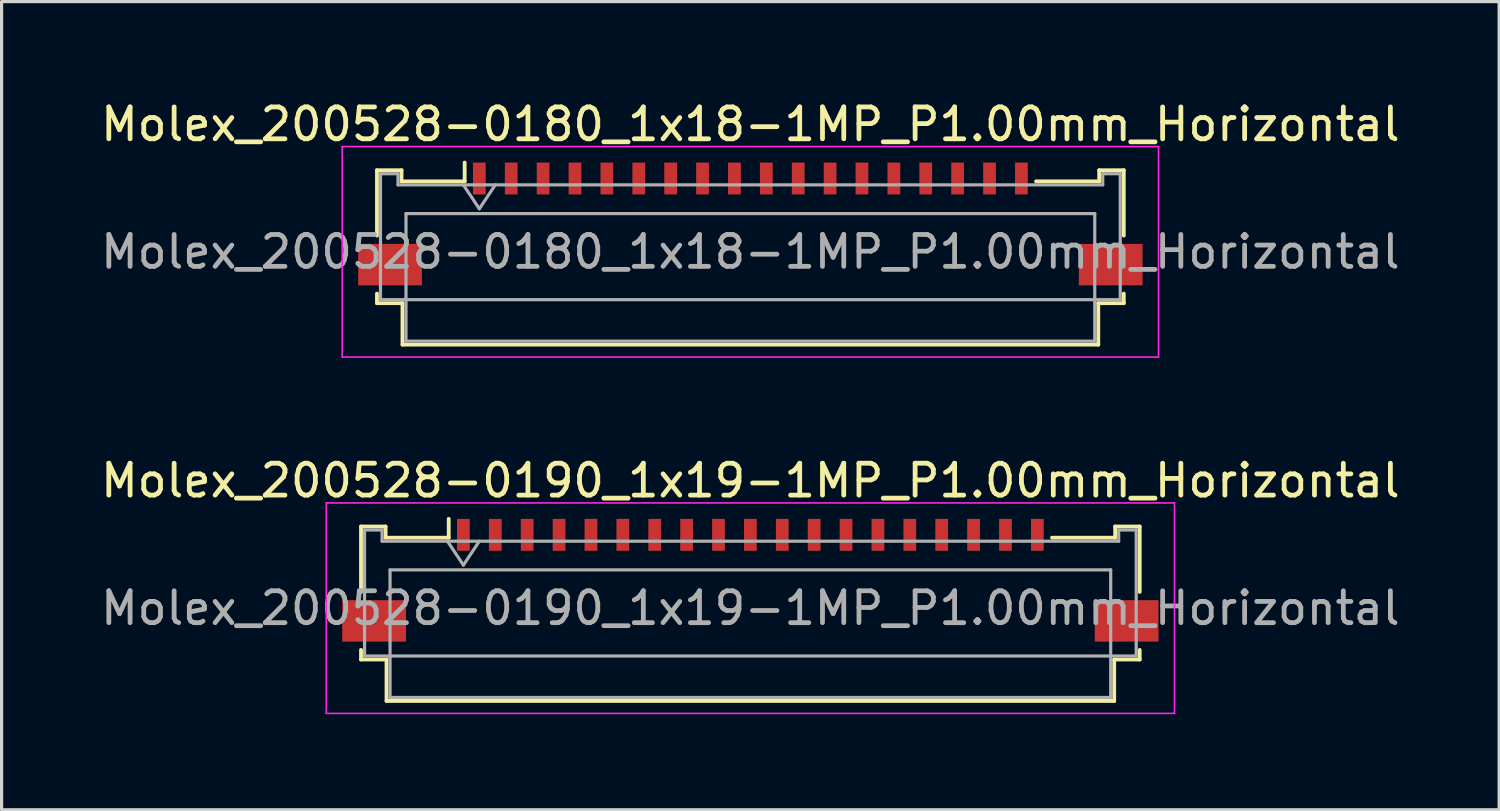
<source format=kicad_pcb>
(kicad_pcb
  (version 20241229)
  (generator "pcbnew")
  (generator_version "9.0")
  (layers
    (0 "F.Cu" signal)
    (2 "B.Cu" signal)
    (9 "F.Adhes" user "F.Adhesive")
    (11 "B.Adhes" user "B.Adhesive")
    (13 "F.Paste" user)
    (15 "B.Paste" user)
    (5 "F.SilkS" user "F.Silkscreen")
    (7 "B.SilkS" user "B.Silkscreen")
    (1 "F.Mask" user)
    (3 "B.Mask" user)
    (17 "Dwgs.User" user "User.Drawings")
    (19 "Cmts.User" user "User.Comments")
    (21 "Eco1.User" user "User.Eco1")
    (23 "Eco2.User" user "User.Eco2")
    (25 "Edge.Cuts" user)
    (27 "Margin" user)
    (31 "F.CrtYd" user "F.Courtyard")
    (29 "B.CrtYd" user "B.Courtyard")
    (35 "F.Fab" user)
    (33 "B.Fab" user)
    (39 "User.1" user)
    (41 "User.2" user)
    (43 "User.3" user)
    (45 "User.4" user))
  (footprint "Molex_200528-0190_1x19-1MP_P1.00mm_Horizontal"
    (layer "F.Cu")
    (at 20.482 14.632)
    (property "Reference" "Molex_200528-0190_1x19-1MP_P1.00mm_Horizontal" (at 0 -2.61 0) (layer "F.SilkS") (effects (font (size 1 1) (thickness 0.15))))
    (attr smd)
    (fp_line (start -12.21 -1.17) (end -12.21 0.88) (stroke (width 0.12) (type solid)) (layer "F.SilkS"))
    (fp_line (start -12.21 2.7) (end -12.21 3) (stroke (width 0.12) (type solid)) (layer "F.SilkS"))
    (fp_line (start -12.21 3) (end -11.41 3) (stroke (width 0.12) (type solid)) (layer "F.SilkS"))
    (fp_line (start -11.44 -1.17) (end -12.21 -1.17) (stroke (width 0.12) (type solid)) (layer "F.SilkS"))
    (fp_line (start -11.44 -0.82) (end -11.44 -1.17) (stroke (width 0.12) (type solid)) (layer "F.SilkS"))
    (fp_line (start -11.41 3) (end -11.41 4.3) (stroke (width 0.12) (type solid)) (layer "F.SilkS"))
    (fp_line (start -11.41 4.3) (end 11.41 4.3) (stroke (width 0.12) (type solid)) (layer "F.SilkS"))
    (fp_line (start -9.46 -1.41) (end -9.46 -0.82) (stroke (width 0.12) (type solid)) (layer "F.SilkS"))
    (fp_line (start -9.46 -0.82) (end -11.44 -0.82) (stroke (width 0.12) (type solid)) (layer "F.SilkS"))
    (fp_line (start 11.41 3) (end 12.21 3) (stroke (width 0.12) (type solid)) (layer "F.SilkS"))
    (fp_line (start 11.41 4.3) (end 11.41 3) (stroke (width 0.12) (type solid)) (layer "F.SilkS"))
    (fp_line (start 11.44 -1.17) (end 11.44 -0.82) (stroke (width 0.12) (type solid)) (layer "F.SilkS"))
    (fp_line (start 11.44 -0.82) (end 9.46 -0.82) (stroke (width 0.12) (type solid)) (layer "F.SilkS"))
    (fp_line (start 12.21 -1.17) (end 11.44 -1.17) (stroke (width 0.12) (type solid)) (layer "F.SilkS"))
    (fp_line (start 12.21 0.88) (end 12.21 -1.17) (stroke (width 0.12) (type solid)) (layer "F.SilkS"))
    (fp_line (start 12.21 3) (end 12.21 2.7) (stroke (width 0.12) (type solid)) (layer "F.SilkS"))
    (fp_line (start -13.3 -1.91) (end -13.3 4.69) (stroke (width 0.05) (type solid)) (layer "F.CrtYd"))
    (fp_line (start -13.3 4.69) (end 13.3 4.69) (stroke (width 0.05) (type solid)) (layer "F.CrtYd"))
    (fp_line (start 13.3 -1.91) (end -13.3 -1.91) (stroke (width 0.05) (type solid)) (layer "F.CrtYd"))
    (fp_line (start 13.3 4.69) (end 13.3 -1.91) (stroke (width 0.05) (type solid)) (layer "F.CrtYd"))
    (fp_line (start -12.1 -1.06) (end -12.1 2.89) (stroke (width 0.1) (type solid)) (layer "F.Fab"))
    (fp_line (start -12.1 2.89) (end 12.1 2.89) (stroke (width 0.1) (type solid)) (layer "F.Fab"))
    (fp_line (start -11.55 -1.06) (end -12.1 -1.06) (stroke (width 0.1) (type solid)) (layer "F.Fab"))
    (fp_line (start -11.55 -0.71) (end -11.55 -1.06) (stroke (width 0.1) (type solid)) (layer "F.Fab"))
    (fp_line (start -11.3 0.19) (end -11.3 4.19) (stroke (width 0.1) (type solid)) (layer "F.Fab"))
    (fp_line (start -11.3 4.19) (end 11.3 4.19) (stroke (width 0.1) (type solid)) (layer "F.Fab"))
    (fp_line (start -9.5 -0.71) (end -9 0.04) (stroke (width 0.1) (type solid)) (layer "F.Fab"))
    (fp_line (start -9 0.04) (end -8.5 -0.71) (stroke (width 0.1) (type solid)) (layer "F.Fab"))
    (fp_line (start 11.3 0.19) (end -11.3 0.19) (stroke (width 0.1) (type solid)) (layer "F.Fab"))
    (fp_line (start 11.3 4.19) (end 11.3 0.19) (stroke (width 0.1) (type solid)) (layer "F.Fab"))
    (fp_line (start 11.55 -1.06) (end 11.55 -0.71) (stroke (width 0.1) (type solid)) (layer "F.Fab"))
    (fp_line (start 11.55 -0.71) (end -11.55 -0.71) (stroke (width 0.1) (type solid)) (layer "F.Fab"))
    (fp_line (start 12.1 -1.06) (end 11.55 -1.06) (stroke (width 0.1) (type solid)) (layer "F.Fab"))
    (fp_line (start 12.1 2.89) (end 12.1 -1.06) (stroke (width 0.1) (type solid)) (layer "F.Fab"))
    (fp_text user "${REFERENCE}" (at 0 1.39 0) (layer "F.Fab") (effects (font (size 1 1) (thickness 0.15))))
    (pad "1" smd rect (at -9 -0.91) (size 0.4 1) (layers "F.Cu" "F.Mask" "F.Paste"))
    (pad "2" smd rect (at -8 -0.91) (size 0.4 1) (layers "F.Cu" "F.Mask" "F.Paste"))
    (pad "3" smd rect (at -7 -0.91) (size 0.4 1) (layers "F.Cu" "F.Mask" "F.Paste"))
    (pad "4" smd rect (at -6 -0.91) (size 0.4 1) (layers "F.Cu" "F.Mask" "F.Paste"))
    (pad "5" smd rect (at -5 -0.91) (size 0.4 1) (layers "F.Cu" "F.Mask" "F.Paste"))
    (pad "6" smd rect (at -4 -0.91) (size 0.4 1) (layers "F.Cu" "F.Mask" "F.Paste"))
    (pad "7" smd rect (at -3 -0.91) (size 0.4 1) (layers "F.Cu" "F.Mask" "F.Paste"))
    (pad "8" smd rect (at -2 -0.91) (size 0.4 1) (layers "F.Cu" "F.Mask" "F.Paste"))
    (pad "9" smd rect (at -1 -0.91) (size 0.4 1) (layers "F.Cu" "F.Mask" "F.Paste"))
    (pad "10" smd rect (at 0 -0.91) (size 0.4 1) (layers "F.Cu" "F.Mask" "F.Paste"))
    (pad "11" smd rect (at 1 -0.91) (size 0.4 1) (layers "F.Cu" "F.Mask" "F.Paste"))
    (pad "12" smd rect (at 2 -0.91) (size 0.4 1) (layers "F.Cu" "F.Mask" "F.Paste"))
    (pad "13" smd rect (at 3 -0.91) (size 0.4 1) (layers "F.Cu" "F.Mask" "F.Paste"))
    (pad "14" smd rect (at 4 -0.91) (size 0.4 1) (layers "F.Cu" "F.Mask" "F.Paste"))
    (pad "15" smd rect (at 5 -0.91) (size 0.4 1) (layers "F.Cu" "F.Mask" "F.Paste"))
    (pad "16" smd rect (at 6 -0.91) (size 0.4 1) (layers "F.Cu" "F.Mask" "F.Paste"))
    (pad "17" smd rect (at 7 -0.91) (size 0.4 1) (layers "F.Cu" "F.Mask" "F.Paste"))
    (pad "18" smd rect (at 8 -0.91) (size 0.4 1) (layers "F.Cu" "F.Mask" "F.Paste"))
    (pad "19" smd rect (at 9 -0.91) (size 0.4 1) (layers "F.Cu" "F.Mask" "F.Paste"))
    (pad "MP" smd rect (at -11.8 1.79) (size 2 1.3) (layers "F.Cu" "F.Mask" "F.Paste"))
    (pad "MP" smd rect (at 11.8 1.79) (size 2 1.3) (layers "F.Cu" "F.Mask" "F.Paste")))
  (footprint "Molex_200528-0180_1x18-1MP_P1.00mm_Horizontal"
    (layer "F.Cu")
    (at 20.482 3.458)
    (property "Reference" "Molex_200528-0180_1x18-1MP_P1.00mm_Horizontal" (at 0 -2.61 0) (layer "F.SilkS") (effects (font (size 1 1) (thickness 0.15))))
    (attr smd)
    (fp_line (start -11.71 -1.17) (end -11.71 0.88) (stroke (width 0.12) (type solid)) (layer "F.SilkS"))
    (fp_line (start -11.71 2.7) (end -11.71 3) (stroke (width 0.12) (type solid)) (layer "F.SilkS"))
    (fp_line (start -11.71 3) (end -10.91 3) (stroke (width 0.12) (type solid)) (layer "F.SilkS"))
    (fp_line (start -10.94 -1.17) (end -11.71 -1.17) (stroke (width 0.12) (type solid)) (layer "F.SilkS"))
    (fp_line (start -10.94 -0.82) (end -10.94 -1.17) (stroke (width 0.12) (type solid)) (layer "F.SilkS"))
    (fp_line (start -10.91 3) (end -10.91 4.3) (stroke (width 0.12) (type solid)) (layer "F.SilkS"))
    (fp_line (start -10.91 4.3) (end 10.91 4.3) (stroke (width 0.12) (type solid)) (layer "F.SilkS"))
    (fp_line (start -8.96 -1.41) (end -8.96 -0.82) (stroke (width 0.12) (type solid)) (layer "F.SilkS"))
    (fp_line (start -8.96 -0.82) (end -10.94 -0.82) (stroke (width 0.12) (type solid)) (layer "F.SilkS"))
    (fp_line (start 10.91 3) (end 11.71 3) (stroke (width 0.12) (type solid)) (layer "F.SilkS"))
    (fp_line (start 10.91 4.3) (end 10.91 3) (stroke (width 0.12) (type solid)) (layer "F.SilkS"))
    (fp_line (start 10.94 -1.17) (end 10.94 -0.82) (stroke (width 0.12) (type solid)) (layer "F.SilkS"))
    (fp_line (start 10.94 -0.82) (end 8.96 -0.82) (stroke (width 0.12) (type solid)) (layer "F.SilkS"))
    (fp_line (start 11.71 -1.17) (end 10.94 -1.17) (stroke (width 0.12) (type solid)) (layer "F.SilkS"))
    (fp_line (start 11.71 0.88) (end 11.71 -1.17) (stroke (width 0.12) (type solid)) (layer "F.SilkS"))
    (fp_line (start 11.71 3) (end 11.71 2.7) (stroke (width 0.12) (type solid)) (layer "F.SilkS"))
    (fp_line (start -12.8 -1.91) (end -12.8 4.69) (stroke (width 0.05) (type solid)) (layer "F.CrtYd"))
    (fp_line (start -12.8 4.69) (end 12.8 4.69) (stroke (width 0.05) (type solid)) (layer "F.CrtYd"))
    (fp_line (start 12.8 -1.91) (end -12.8 -1.91) (stroke (width 0.05) (type solid)) (layer "F.CrtYd"))
    (fp_line (start 12.8 4.69) (end 12.8 -1.91) (stroke (width 0.05) (type solid)) (layer "F.CrtYd"))
    (fp_line (start -11.6 -1.06) (end -11.6 2.89) (stroke (width 0.1) (type solid)) (layer "F.Fab"))
    (fp_line (start -11.6 2.89) (end 11.6 2.89) (stroke (width 0.1) (type solid)) (layer "F.Fab"))
    (fp_line (start -11.05 -1.06) (end -11.6 -1.06) (stroke (width 0.1) (type solid)) (layer "F.Fab"))
    (fp_line (start -11.05 -0.71) (end -11.05 -1.06) (stroke (width 0.1) (type solid)) (layer "F.Fab"))
    (fp_line (start -10.8 0.19) (end -10.8 4.19) (stroke (width 0.1) (type solid)) (layer "F.Fab"))
    (fp_line (start -10.8 4.19) (end 10.8 4.19) (stroke (width 0.1) (type solid)) (layer "F.Fab"))
    (fp_line (start -9 -0.71) (end -8.5 0.04) (stroke (width 0.1) (type solid)) (layer "F.Fab"))
    (fp_line (start -8.5 0.04) (end -8 -0.71) (stroke (width 0.1) (type solid)) (layer "F.Fab"))
    (fp_line (start 10.8 0.19) (end -10.8 0.19) (stroke (width 0.1) (type solid)) (layer "F.Fab"))
    (fp_line (start 10.8 4.19) (end 10.8 0.19) (stroke (width 0.1) (type solid)) (layer "F.Fab"))
    (fp_line (start 11.05 -1.06) (end 11.05 -0.71) (stroke (width 0.1) (type solid)) (layer "F.Fab"))
    (fp_line (start 11.05 -0.71) (end -11.05 -0.71) (stroke (width 0.1) (type solid)) (layer "F.Fab"))
    (fp_line (start 11.6 -1.06) (end 11.05 -1.06) (stroke (width 0.1) (type solid)) (layer "F.Fab"))
    (fp_line (start 11.6 2.89) (end 11.6 -1.06) (stroke (width 0.1) (type solid)) (layer "F.Fab"))
    (fp_text user "${REFERENCE}" (at 0 1.39 0) (layer "F.Fab") (effects (font (size 1 1) (thickness 0.15))))
    (pad "1" smd rect (at -8.5 -0.91) (size 0.4 1) (layers "F.Cu" "F.Mask" "F.Paste"))
    (pad "2" smd rect (at -7.5 -0.91) (size 0.4 1) (layers "F.Cu" "F.Mask" "F.Paste"))
    (pad "3" smd rect (at -6.5 -0.91) (size 0.4 1) (layers "F.Cu" "F.Mask" "F.Paste"))
    (pad "4" smd rect (at -5.5 -0.91) (size 0.4 1) (layers "F.Cu" "F.Mask" "F.Paste"))
    (pad "5" smd rect (at -4.5 -0.91) (size 0.4 1) (layers "F.Cu" "F.Mask" "F.Paste"))
    (pad "6" smd rect (at -3.5 -0.91) (size 0.4 1) (layers "F.Cu" "F.Mask" "F.Paste"))
    (pad "7" smd rect (at -2.5 -0.91) (size 0.4 1) (layers "F.Cu" "F.Mask" "F.Paste"))
    (pad "8" smd rect (at -1.5 -0.91) (size 0.4 1) (layers "F.Cu" "F.Mask" "F.Paste"))
    (pad "9" smd rect (at -0.5 -0.91) (size 0.4 1) (layers "F.Cu" "F.Mask" "F.Paste"))
    (pad "10" smd rect (at 0.5 -0.91) (size 0.4 1) (layers "F.Cu" "F.Mask" "F.Paste"))
    (pad "11" smd rect (at 1.5 -0.91) (size 0.4 1) (layers "F.Cu" "F.Mask" "F.Paste"))
    (pad "12" smd rect (at 2.5 -0.91) (size 0.4 1) (layers "F.Cu" "F.Mask" "F.Paste"))
    (pad "13" smd rect (at 3.5 -0.91) (size 0.4 1) (layers "F.Cu" "F.Mask" "F.Paste"))
    (pad "14" smd rect (at 4.5 -0.91) (size 0.4 1) (layers "F.Cu" "F.Mask" "F.Paste"))
    (pad "15" smd rect (at 5.5 -0.91) (size 0.4 1) (layers "F.Cu" "F.Mask" "F.Paste"))
    (pad "16" smd rect (at 6.5 -0.91) (size 0.4 1) (layers "F.Cu" "F.Mask" "F.Paste"))
    (pad "17" smd rect (at 7.5 -0.91) (size 0.4 1) (layers "F.Cu" "F.Mask" "F.Paste"))
    (pad "18" smd rect (at 8.5 -0.91) (size 0.4 1) (layers "F.Cu" "F.Mask" "F.Paste"))
    (pad "MP" smd rect (at -11.3 1.79) (size 2 1.3) (layers "F.Cu" "F.Mask" "F.Paste"))
    (pad "MP" smd rect (at 11.3 1.79) (size 2 1.3) (layers "F.Cu" "F.Mask" "F.Paste")))
  (gr_rect
    (start -3 -3)
    (end 43.964 22.346)
    (stroke (width 0.1) (type default))
    (fill no)
    (layer "Edge.Cuts")))
</source>
